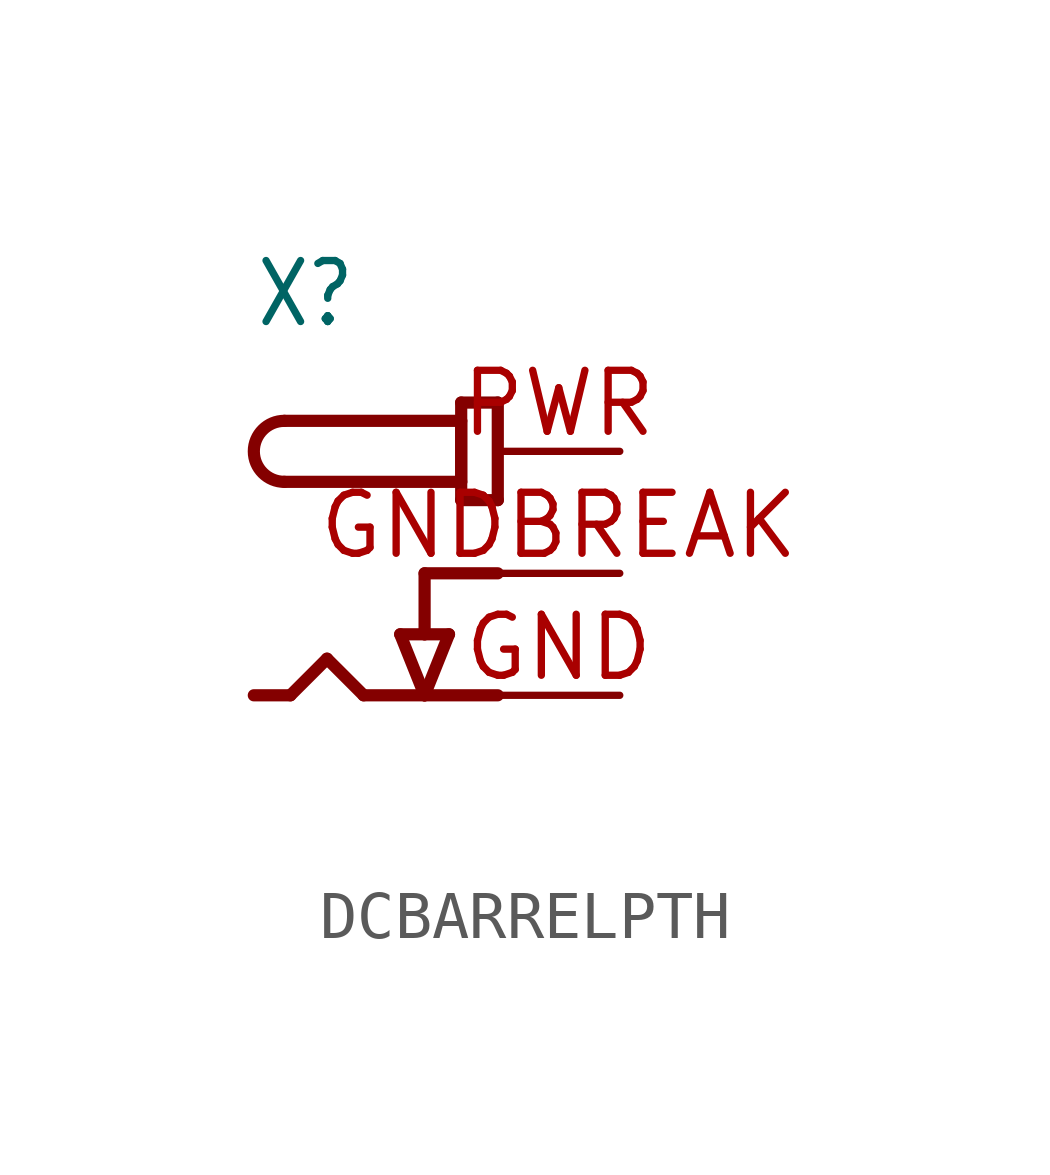
<source format=kicad_sym>
(kicad_symbol_lib
  (version 20220914)
  (generator kicad_symbol_editor)
  (symbol "DCBARRELPTH"
    (property "Reference" "X"
      (at -5.08 5.08 0)
      (effects (font (size 1.27 1.079)) (justify left bottom)))
    (property "Value" ""
      (at -5.08 -5.08 0)
      (effects (font (size 1.27 1.079)) (justify left bottom)))
    (property "ki_locked" ""
      (at 0 0 0)
      (effects (font (size 1.27 1.27))))
    (symbol "DCBARRELPTH_1_0"
      (arc (start -4.445 3.175) (mid -5.08 2.54) (end -4.445 1.905) (stroke (width 0.254) (type solid)) (fill (type none)))
      (polyline (pts (xy -5.08 -2.54) (xy -4.318 -2.54)) (stroke (width 0.254) (type solid)) (fill (type none)))
      (polyline (pts (xy -4.318 -2.54) (xy -3.556 -1.778)) (stroke (width 0.254) (type solid)) (fill (type none)))
      (polyline (pts (xy -3.556 -1.778) (xy -2.794 -2.54)) (stroke (width 0.254) (type solid)) (fill (type none)))
      (polyline (pts (xy -2.032 -1.27) (xy -1.524 -1.27)) (stroke (width 0.254) (type solid)) (fill (type none)))
      (polyline (pts (xy -1.524 -2.54) (xy -2.794 -2.54)) (stroke (width 0.254) (type solid)) (fill (type none)))
      (polyline (pts (xy -1.524 -2.54) (xy -2.032 -1.27)) (stroke (width 0.254) (type solid)) (fill (type none)))
      (polyline (pts (xy -1.524 -1.27) (xy -1.016 -1.27)) (stroke (width 0.254) (type solid)) (fill (type none)))
      (polyline (pts (xy -1.524 0) (xy -1.524 -1.27)) (stroke (width 0.254) (type solid)) (fill (type none)))
      (polyline (pts (xy -1.016 -1.27) (xy -1.524 -2.54)) (stroke (width 0.254) (type solid)) (fill (type none)))
      (polyline (pts (xy -0.762 1.524) (xy -0.762 3.556)) (stroke (width 0.254) (type solid)) (fill (type none)))
      (polyline (pts (xy -0.762 1.905) (xy -4.445 1.905)) (stroke (width 0.254) (type solid)) (fill (type none)))
      (polyline (pts (xy -0.762 3.175) (xy -4.445 3.175)) (stroke (width 0.254) (type solid)) (fill (type none)))
      (polyline (pts (xy -0.762 3.175) (xy -0.762 1.905)) (stroke (width 0.254) (type solid)) (fill (type none)))
      (polyline (pts (xy -0.762 3.556) (xy 0 3.556)) (stroke (width 0.254) (type solid)) (fill (type none)))
      (polyline (pts (xy 0 -2.54) (xy -1.524 -2.54)) (stroke (width 0.254) (type solid)) (fill (type none)))
      (polyline (pts (xy 0 0) (xy -1.524 0)) (stroke (width 0.254) (type solid)) (fill (type none)))
      (polyline (pts (xy 0 1.524) (xy -0.762 1.524)) (stroke (width 0.254) (type solid)) (fill (type none)))
      (polyline (pts (xy 0 3.556) (xy 0 1.524)) (stroke (width 0.254) (type solid)) (fill (type none)))
      (pin power_in line (at 2.54 -2.54 180) (length 2.54) (name "GND" (effects (font (size 0 0)))) (number "GND" (effects (font (size 1.27 1.27)))))
      (pin power_in line (at 2.54 0 180) (length 2.54) (name "GNDBREAK" (effects (font (size 0 0)))) (number "GNDBREAK" (effects (font (size 1.27 1.27)))))
      (pin power_in line (at 2.54 2.54 180) (length 2.54) (name "PWR" (effects (font (size 0 0)))) (number "PWR" (effects (font (size 1.27 1.27))))))))
</source>
